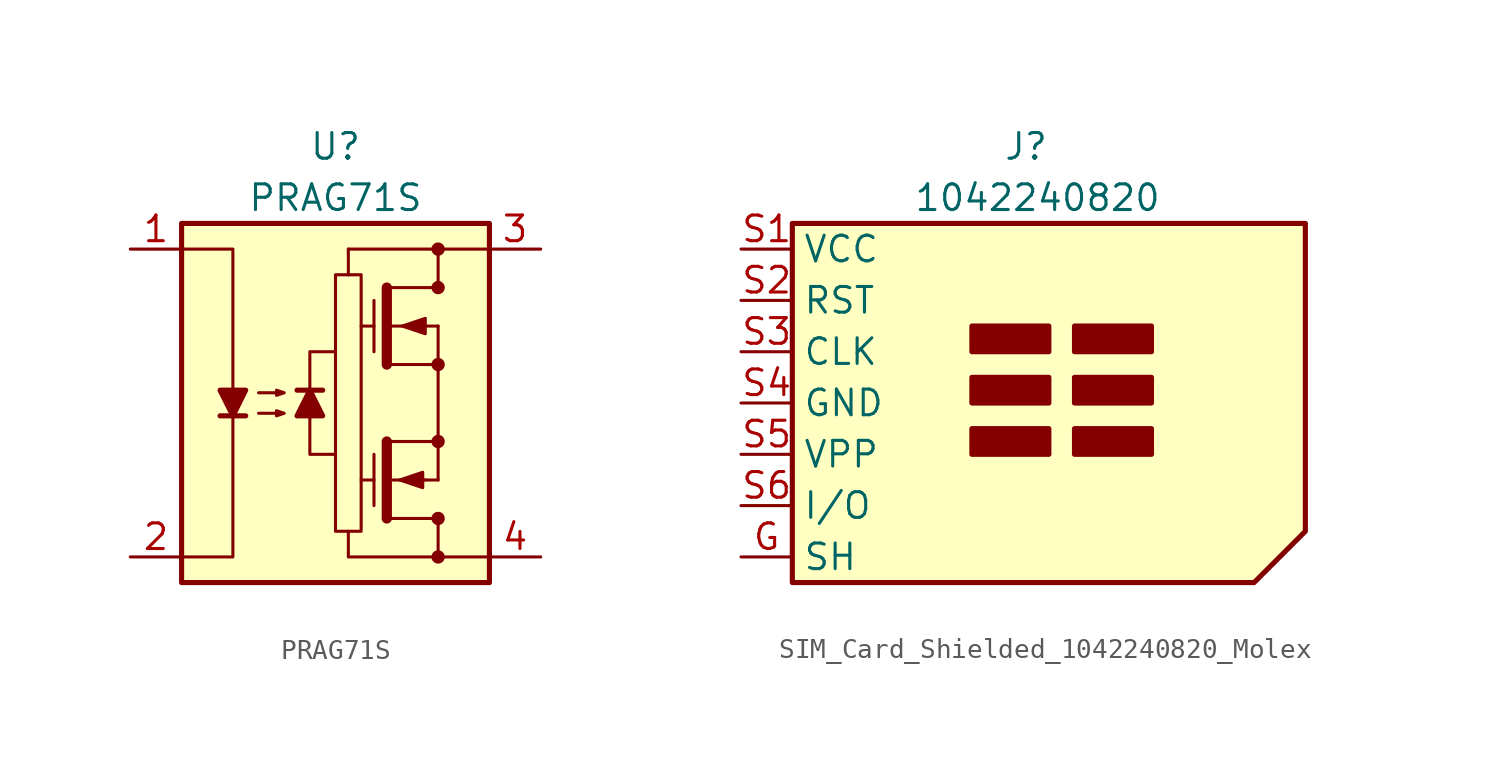
<source format=kicad_sym>
(kicad_symbol_lib
  (version 20241209)
  (generator "kicad_symbol_editor")
  (generator_version "9.0")
  (symbol "PRAG71S"
    (pin_names
      (hide yes))
    (property "Reference" "U"
      (at 0 12.7 0)
      (effects (font (size 1.27 1.27))))
    (property "Value" "PRAG71S"
      (at 0 10.16 0)
      (effects (font (size 1.27 1.27))))
    (symbol "PRAG71S_0_1"
      (rectangle (start -7.62 8.89) (end 7.62 -8.89) (stroke (width 0.254) (type default)) (fill (type background)))
      (polyline (pts (xy -7.62 7.62) (xy -5.08 7.62) (xy -5.08 -7.62) (xy -7.62 -7.62)) (stroke (width 0) (type default)) (fill (type none)))
      (polyline (pts (xy -5.715 -0.635) (xy -4.445 -0.635)) (stroke (width 0.254) (type default)) (fill (type none)))
      (polyline (pts (xy -5.08 -0.635) (xy -5.715 0.635) (xy -4.445 0.635) (xy -5.08 -0.635)) (stroke (width 0.254) (type default)) (fill (type outline)))
      (polyline (pts (xy -3.81 0.508) (xy -2.54 0.508) (xy -2.921 0.381) (xy -2.921 0.635) (xy -2.54 0.508)) (stroke (width 0) (type default)) (fill (type none)))
      (polyline (pts (xy -3.81 -0.508) (xy -2.54 -0.508) (xy -2.921 -0.635) (xy -2.921 -0.381) (xy -2.54 -0.508)) (stroke (width 0) (type default)) (fill (type none)))
      (polyline (pts (xy -1.27 0.635) (xy -1.27 2.54) (xy 0 2.54)) (stroke (width 0) (type default)) (fill (type none)))
      (polyline (pts (xy -1.27 0.635) (xy -0.635 -0.635) (xy -1.905 -0.635) (xy -1.27 0.635)) (stroke (width 0.254) (type default)) (fill (type outline)))
      (polyline (pts (xy -1.27 -0.635) (xy -1.27 -2.54) (xy 0 -2.54)) (stroke (width 0) (type default)) (fill (type none)))
      (polyline (pts (xy -0.635 0.635) (xy -1.905 0.635)) (stroke (width 0.254) (type default)) (fill (type none)))
      (rectangle (start 0.635 6.35) (end 0.635 7.62) (stroke (width 0) (type default)) (fill (type none)))
      (rectangle (start 0.635 6.35) (end 0.635 6.35) (stroke (width 0) (type default)) (fill (type none)))
      (polyline (pts (xy 0.635 -6.35) (xy 0.635 -7.62) (xy 7.62 -7.62)) (stroke (width 0) (type default)) (fill (type none)))
      (polyline (pts (xy 1.27 6.35) (xy 1.27 -6.35) (xy 0 -6.35) (xy 0 6.35) (xy 1.27 6.35)) (stroke (width 0) (type default)) (fill (type none)))
      (polyline (pts (xy 1.27 3.81) (xy 1.905 3.81)) (stroke (width 0) (type default)) (fill (type none)))
      (polyline (pts (xy 1.27 -3.81) (xy 1.905 -3.81)) (stroke (width 0) (type default)) (fill (type none)))
      (polyline (pts (xy 1.905 2.54) (xy 1.905 5.08)) (stroke (width 0) (type default)) (fill (type none)))
      (polyline (pts (xy 1.905 -5.08) (xy 1.905 -2.54)) (stroke (width 0) (type default)) (fill (type none)))
      (polyline (pts (xy 2.54 1.905) (xy 2.54 5.715)) (stroke (width 0.508) (type default)) (fill (type none)))
      (polyline (pts (xy 2.54 -5.715) (xy 2.54 -1.905)) (stroke (width 0.508) (type default)) (fill (type none)))
      (polyline (pts (xy 3.175 -3.81) (xy 4.318 -3.429) (xy 4.318 -4.191) (xy 3.175 -3.81)) (stroke (width 0) (type default)) (fill (type outline)))
      (polyline (pts (xy 3.302 3.81) (xy 4.445 4.191) (xy 4.445 3.429) (xy 3.302 3.81)) (stroke (width 0) (type default)) (fill (type outline)))
      (polyline (pts (xy 4.445 3.81) (xy 2.54 3.81)) (stroke (width 0) (type default)) (fill (type none)))
      (polyline (pts (xy 4.445 3.81) (xy 5.08 3.81)) (stroke (width 0) (type default)) (fill (type none)))
      (polyline (pts (xy 4.445 -3.81) (xy 2.54 -3.81)) (stroke (width 0) (type default)) (fill (type none)))
      (polyline (pts (xy 4.445 -3.81) (xy 5.08 -3.81)) (stroke (width 0) (type default)) (fill (type none)))
      (polyline (pts (xy 5.08 7.62) (xy 5.08 5.715)) (stroke (width 0) (type default)) (fill (type none)))
      (circle (center 5.08 7.62) (radius 0.254) (stroke (width 0) (type default)) (fill (type outline)))
      (polyline (pts (xy 5.08 5.715) (xy 2.54 5.715)) (stroke (width 0) (type default)) (fill (type none)))
      (circle (center 5.08 5.715) (radius 0.254) (stroke (width 0) (type default)) (fill (type outline)))
      (polyline (pts (xy 5.08 3.81) (xy 5.08 1.905)) (stroke (width 0) (type default)) (fill (type none)))
      (polyline (pts (xy 5.08 1.905) (xy 2.54 1.905)) (stroke (width 0) (type default)) (fill (type none)))
      (polyline (pts (xy 5.08 1.905) (xy 5.08 -1.905)) (stroke (width 0) (type default)) (fill (type none)))
      (circle (center 5.08 1.905) (radius 0.254) (stroke (width 0) (type default)) (fill (type outline)))
      (polyline (pts (xy 5.08 -1.905) (xy 2.54 -1.905)) (stroke (width 0) (type default)) (fill (type none)))
      (polyline (pts (xy 5.08 -1.905) (xy 5.08 -3.81)) (stroke (width 0) (type default)) (fill (type none)))
      (circle (center 5.08 -1.905) (radius 0.254) (stroke (width 0) (type default)) (fill (type outline)))
      (polyline (pts (xy 5.08 -5.715) (xy 2.54 -5.715)) (stroke (width 0) (type default)) (fill (type none)))
      (polyline (pts (xy 5.08 -5.715) (xy 5.08 -7.62)) (stroke (width 0) (type default)) (fill (type none)))
      (circle (center 5.08 -5.715) (radius 0.254) (stroke (width 0) (type default)) (fill (type outline)))
      (circle (center 5.08 -7.62) (radius 0.254) (stroke (width 0) (type default)) (fill (type outline)))
      (polyline (pts (xy 7.62 7.62) (xy 0.635 7.62)) (stroke (width 0) (type default)) (fill (type none))))
    (symbol "PRAG71S_1_1"
      (pin passive line (at -10.16 7.62 0) (length 2.54) (name "A" (effects (font (size 1.27 1.27)))) (number "1" (effects (font (size 1.27 1.27)))))
      (pin passive line (at -10.16 -7.62 0) (length 2.54) (name "C" (effects (font (size 1.27 1.27)))) (number "2" (effects (font (size 1.27 1.27)))))
      (pin bidirectional line (at 10.16 7.62 180) (length 2.54) (name "VCC" (effects (font (size 1.27 1.27)))) (number "3" (effects (font (size 1.27 1.27)))))
      (pin bidirectional line (at 10.16 -7.62 180) (length 2.54) (name "VEE" (effects (font (size 1.27 1.27)))) (number "4" (effects (font (size 1.27 1.27)))))))
  (symbol "SIM_Card_Shielded_1042240820_Molex"
    (property "Reference" "J"
      (at 2.54 12.7 0)
      (effects (font (size 1.27 1.27)) (justify right)))
    (property "Value" "1042240820"
      (at 8.128 10.16 0)
      (effects (font (size 1.27 1.27)) (justify right)))
    (symbol "SIM_Card_Shielded_1042240820_Molex_0_1"
      (polyline (pts (xy -10.16 8.89) (xy -10.16 -8.89) (xy 12.7 -8.89) (xy 15.24 -6.35) (xy 15.24 8.89) (xy -10.16 8.89)) (stroke (width 0.254) (type default)) (fill (type background)))
      (rectangle (start -1.27 2.54) (end 2.54 3.81) (stroke (width 0.254) (type default)) (fill (type outline)))
      (rectangle (start -1.27 0) (end 2.54 1.27) (stroke (width 0.254) (type default)) (fill (type outline)))
      (rectangle (start -1.27 -2.54) (end 2.54 -1.27) (stroke (width 0.254) (type default)) (fill (type outline)))
      (rectangle (start 3.81 2.54) (end 7.62 3.81) (stroke (width 0.254) (type default)) (fill (type outline)))
      (rectangle (start 3.81 0) (end 7.62 1.27) (stroke (width 0.254) (type default)) (fill (type outline)))
      (rectangle (start 3.81 -1.27) (end 7.62 -2.54) (stroke (width 0.254) (type default)) (fill (type outline))))
    (symbol "SIM_Card_Shielded_1042240820_Molex_1_1"
      (pin power_in line (at -12.7 7.62 0) (length 2.54) (name "VCC" (effects (font (size 1.27 1.27)))) (number "S1" (effects (font (size 1.27 1.27)))))
      (pin input line (at -12.7 5.08 0) (length 2.54) (name "RST" (effects (font (size 1.27 1.27)))) (number "S2" (effects (font (size 1.27 1.27)))))
      (pin input line (at -12.7 2.54 0) (length 2.54) (name "CLK" (effects (font (size 1.27 1.27)))) (number "S3" (effects (font (size 1.27 1.27)))))
      (pin power_in line (at -12.7 0 0) (length 2.54) (name "GND" (effects (font (size 1.27 1.27)))) (number "S4" (effects (font (size 1.27 1.27)))))
      (pin input line (at -12.7 -2.54 0) (length 2.54) (name "VPP" (effects (font (size 1.27 1.27)))) (number "S5" (effects (font (size 1.27 1.27)))))
      (pin bidirectional line (at -12.7 -5.08 0) (length 2.54) (name "I/O" (effects (font (size 1.27 1.27)))) (number "S6" (effects (font (size 1.27 1.27)))))
      (pin passive line (at -12.7 -7.62 0) (length 2.54) (name "SH" (effects (font (size 1.27 1.27)))) (number "G" (effects (font (size 1.27 1.27)))))
      (pin no_connect line (at 17.78 7.62 180) (length 2.54) (hide yes) (name "NC" (effects (font (size 1.27 1.27)))) (number "11" (effects (font (size 1.27 1.27)))))
      (pin no_connect line (at 17.78 5.08 180) (length 2.54) (hide yes) (name "NC" (effects (font (size 1.27 1.27)))) (number "12" (effects (font (size 1.27 1.27))))))))
</source>
